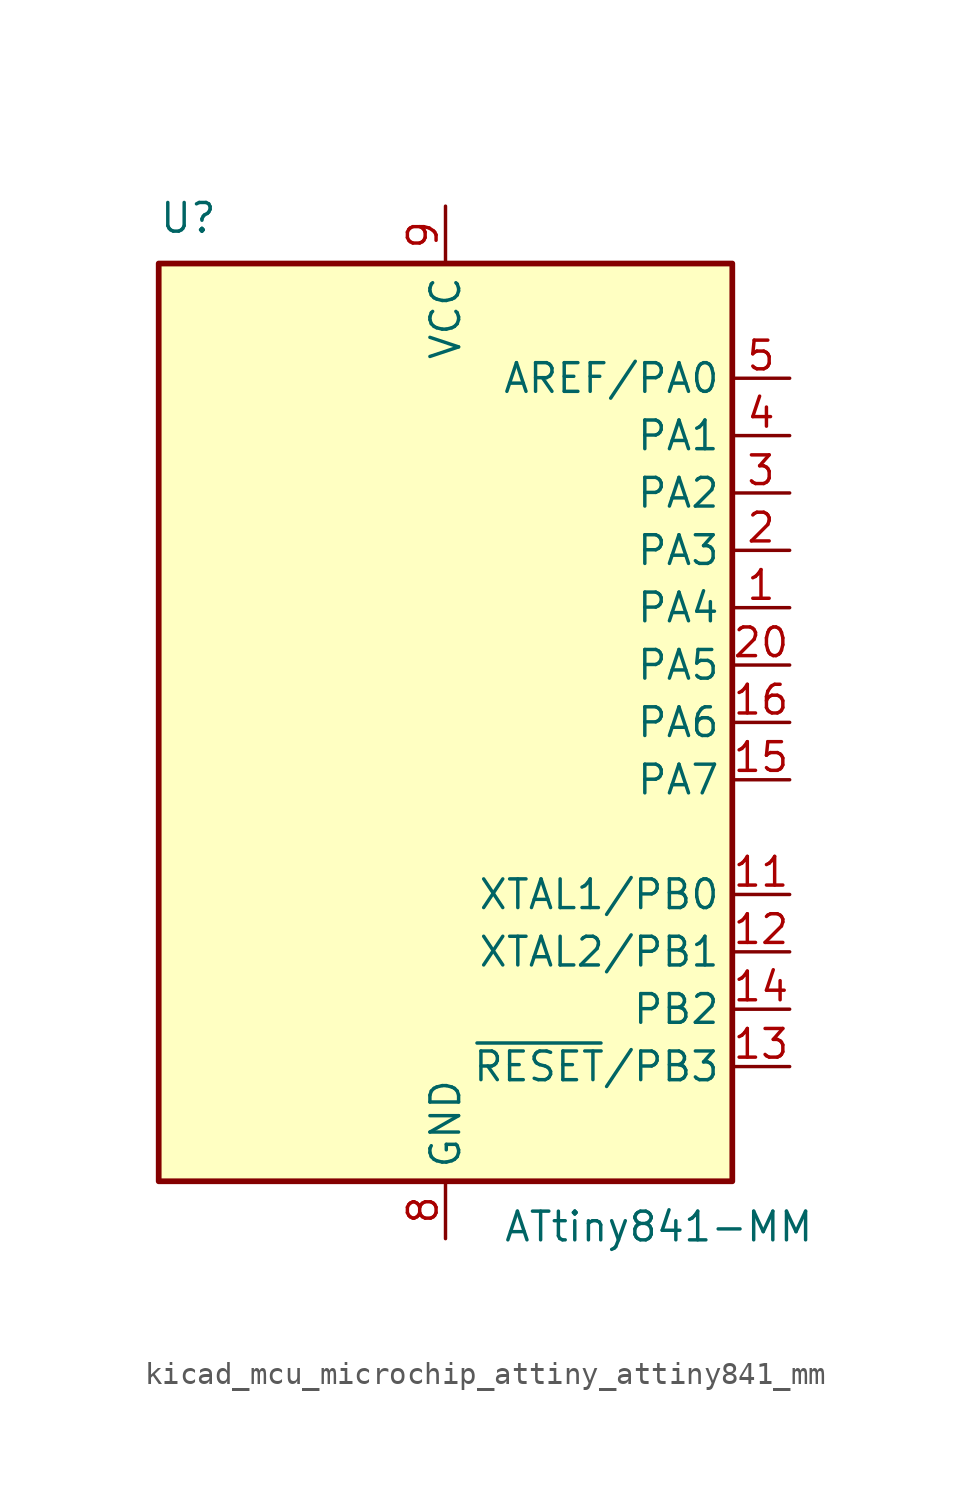
<source format=kicad_sym>
(kicad_symbol_lib
  (version 20220914)
  (generator kicad_symbol_editor)
  (symbol "kicad_mcu_microchip_attiny_attiny841_mm"
    (property "Reference" "U"
      (at -12.7 21.59 0)
      (effects (font (size 1.27 1.27)) (justify left bottom)))
    (property "Value" "ATtiny841-MM"
      (at 2.54 -21.59 0)
      (effects (font (size 1.27 1.27)) (justify left top)))
    (symbol "kicad_mcu_microchip_attiny_attiny841_mm_0_1"
      (rectangle (start -12.7 -20.32) (end 12.7 20.32) (stroke (width 0.254) (type default)) (fill (type background))))
    (symbol "kicad_mcu_microchip_attiny_attiny841_mm_1_1"
      (pin bidirectional line (at 15.24 5.08 180) (length 2.54) (name "PA4" (effects (font (size 1.27 1.27)))) (number "1" (effects (font (size 1.27 1.27)))))
      (pin no_connect line (at -12.7 -10.16 0) (length 2.54) hide (name "NC" (effects (font (size 1.27 1.27)))) (number "10" (effects (font (size 1.27 1.27)))))
      (pin bidirectional line (at 15.24 -7.62 180) (length 2.54) (name "XTAL1/PB0" (effects (font (size 1.27 1.27)))) (number "11" (effects (font (size 1.27 1.27)))))
      (pin bidirectional line (at 15.24 -10.16 180) (length 2.54) (name "XTAL2/PB1" (effects (font (size 1.27 1.27)))) (number "12" (effects (font (size 1.27 1.27)))))
      (pin bidirectional line (at 15.24 -15.24 180) (length 2.54) (name "~{RESET}/PB3" (effects (font (size 1.27 1.27)))) (number "13" (effects (font (size 1.27 1.27)))))
      (pin bidirectional line (at 15.24 -12.7 180) (length 2.54) (name "PB2" (effects (font (size 1.27 1.27)))) (number "14" (effects (font (size 1.27 1.27)))))
      (pin bidirectional line (at 15.24 -2.54 180) (length 2.54) (name "PA7" (effects (font (size 1.27 1.27)))) (number "15" (effects (font (size 1.27 1.27)))))
      (pin bidirectional line (at 15.24 0 180) (length 2.54) (name "PA6" (effects (font (size 1.27 1.27)))) (number "16" (effects (font (size 1.27 1.27)))))
      (pin no_connect line (at -12.7 -12.7 0) (length 2.54) hide (name "NC" (effects (font (size 1.27 1.27)))) (number "17" (effects (font (size 1.27 1.27)))))
      (pin no_connect line (at -12.7 -15.24 0) (length 2.54) hide (name "NC" (effects (font (size 1.27 1.27)))) (number "18" (effects (font (size 1.27 1.27)))))
      (pin no_connect line (at -12.7 -17.78 0) (length 2.54) hide (name "NC" (effects (font (size 1.27 1.27)))) (number "19" (effects (font (size 1.27 1.27)))))
      (pin bidirectional line (at 15.24 7.62 180) (length 2.54) (name "PA3" (effects (font (size 1.27 1.27)))) (number "2" (effects (font (size 1.27 1.27)))))
      (pin bidirectional line (at 15.24 2.54 180) (length 2.54) (name "PA5" (effects (font (size 1.27 1.27)))) (number "20" (effects (font (size 1.27 1.27)))))
      (pin passive line (at 0 -22.86 90) (length 2.54) hide (name "GND" (effects (font (size 1.27 1.27)))) (number "21" (effects (font (size 1.27 1.27)))))
      (pin bidirectional line (at 15.24 10.16 180) (length 2.54) (name "PA2" (effects (font (size 1.27 1.27)))) (number "3" (effects (font (size 1.27 1.27)))))
      (pin bidirectional line (at 15.24 12.7 180) (length 2.54) (name "PA1" (effects (font (size 1.27 1.27)))) (number "4" (effects (font (size 1.27 1.27)))))
      (pin bidirectional line (at 15.24 15.24 180) (length 2.54) (name "AREF/PA0" (effects (font (size 1.27 1.27)))) (number "5" (effects (font (size 1.27 1.27)))))
      (pin no_connect line (at -12.7 -5.08 0) (length 2.54) hide (name "NC" (effects (font (size 1.27 1.27)))) (number "6" (effects (font (size 1.27 1.27)))))
      (pin no_connect line (at -12.7 -7.62 0) (length 2.54) hide (name "NC" (effects (font (size 1.27 1.27)))) (number "7" (effects (font (size 1.27 1.27)))))
      (pin power_in line (at 0 -22.86 90) (length 2.54) (name "GND" (effects (font (size 1.27 1.27)))) (number "8" (effects (font (size 1.27 1.27)))))
      (pin power_in line (at 0 22.86 270) (length 2.54) (name "VCC" (effects (font (size 1.27 1.27)))) (number "9" (effects (font (size 1.27 1.27))))))))
</source>
